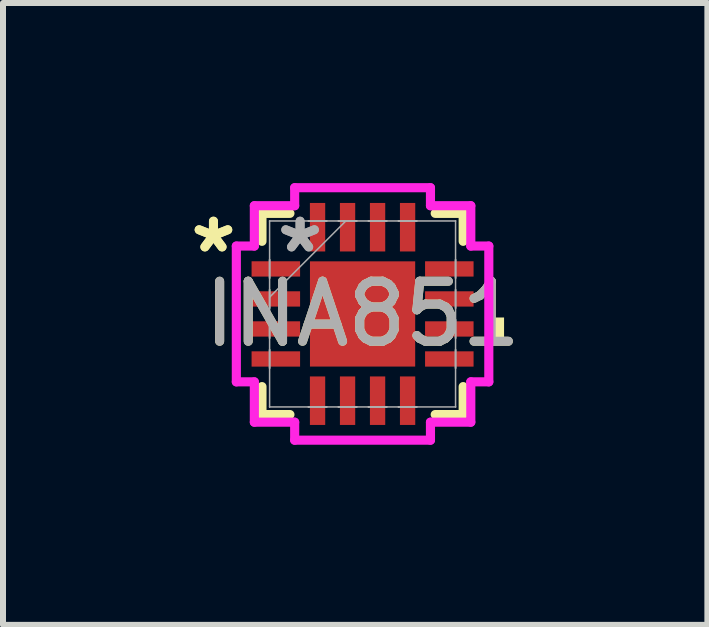
<source format=kicad_pcb>
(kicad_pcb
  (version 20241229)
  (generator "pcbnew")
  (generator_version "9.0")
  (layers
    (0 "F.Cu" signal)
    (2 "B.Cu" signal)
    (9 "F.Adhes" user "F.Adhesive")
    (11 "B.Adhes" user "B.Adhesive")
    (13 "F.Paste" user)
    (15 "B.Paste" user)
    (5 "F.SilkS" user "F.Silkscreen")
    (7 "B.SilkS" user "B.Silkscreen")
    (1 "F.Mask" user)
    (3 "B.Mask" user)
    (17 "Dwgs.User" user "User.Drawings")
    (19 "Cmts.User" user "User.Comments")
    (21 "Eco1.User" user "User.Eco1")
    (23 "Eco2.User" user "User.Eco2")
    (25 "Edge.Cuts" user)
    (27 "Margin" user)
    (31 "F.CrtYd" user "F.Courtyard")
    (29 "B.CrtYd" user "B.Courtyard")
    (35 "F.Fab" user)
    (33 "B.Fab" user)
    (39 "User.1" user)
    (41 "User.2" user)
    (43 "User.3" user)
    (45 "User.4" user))
  (footprint "INA851"
    (layer "F.Cu")
    (at 2.99 2.18)
    (property "Reference" "INA851" (at 0 0 0) (unlocked yes) (layer "F.SilkS") (effects (font (size 1 1) (thickness 0.15))))
    (attr smd)
    (fp_line (start -1.676 -1.676) (end -1.676 -1.21) (stroke (width 0.152) (type solid)) (layer "F.SilkS"))
    (fp_line (start -1.676 1.21) (end -1.676 1.676) (stroke (width 0.152) (type solid)) (layer "F.SilkS"))
    (fp_line (start -1.676 1.676) (end -1.21 1.676) (stroke (width 0.152) (type solid)) (layer "F.SilkS"))
    (fp_line (start -1.21 -1.676) (end -1.676 -1.676) (stroke (width 0.152) (type solid)) (layer "F.SilkS"))
    (fp_line (start 1.21 1.676) (end 1.676 1.676) (stroke (width 0.152) (type solid)) (layer "F.SilkS"))
    (fp_line (start 1.676 -1.676) (end 1.21 -1.676) (stroke (width 0.152) (type solid)) (layer "F.SilkS"))
    (fp_line (start 1.676 -1.21) (end 1.676 -1.676) (stroke (width 0.152) (type solid)) (layer "F.SilkS"))
    (fp_line (start 1.676 1.676) (end 1.676 1.21) (stroke (width 0.152) (type solid)) (layer "F.SilkS"))
    (fp_poly (pts (xy 2.357 0.059) (xy 2.357 0.441) (xy 2.103 0.441) (xy 2.103 0.059)) (stroke (width 0) (type solid)) (fill yes) (layer "F.SilkS"))
    (fp_line (start -2.103 -1.131) (end -1.803 -1.131) (stroke (width 0.152) (type solid)) (layer "F.CrtYd"))
    (fp_line (start -2.103 1.131) (end -2.103 -1.131) (stroke (width 0.152) (type solid)) (layer "F.CrtYd"))
    (fp_line (start -1.803 -1.803) (end -1.131 -1.803) (stroke (width 0.152) (type solid)) (layer "F.CrtYd"))
    (fp_line (start -1.803 -1.131) (end -1.803 -1.803) (stroke (width 0.152) (type solid)) (layer "F.CrtYd"))
    (fp_line (start -1.803 1.131) (end -2.103 1.131) (stroke (width 0.152) (type solid)) (layer "F.CrtYd"))
    (fp_line (start -1.803 1.803) (end -1.803 1.131) (stroke (width 0.152) (type solid)) (layer "F.CrtYd"))
    (fp_line (start -1.131 -2.103) (end 1.131 -2.103) (stroke (width 0.152) (type solid)) (layer "F.CrtYd"))
    (fp_line (start -1.131 -1.803) (end -1.131 -2.103) (stroke (width 0.152) (type solid)) (layer "F.CrtYd"))
    (fp_line (start -1.131 1.803) (end -1.803 1.803) (stroke (width 0.152) (type solid)) (layer "F.CrtYd"))
    (fp_line (start -1.131 2.103) (end -1.131 1.803) (stroke (width 0.152) (type solid)) (layer "F.CrtYd"))
    (fp_line (start 1.131 -2.103) (end 1.131 -1.803) (stroke (width 0.152) (type solid)) (layer "F.CrtYd"))
    (fp_line (start 1.131 -1.803) (end 1.803 -1.803) (stroke (width 0.152) (type solid)) (layer "F.CrtYd"))
    (fp_line (start 1.131 1.803) (end 1.131 2.103) (stroke (width 0.152) (type solid)) (layer "F.CrtYd"))
    (fp_line (start 1.131 2.103) (end -1.131 2.103) (stroke (width 0.152) (type solid)) (layer "F.CrtYd"))
    (fp_line (start 1.803 -1.803) (end 1.803 -1.131) (stroke (width 0.152) (type solid)) (layer "F.CrtYd"))
    (fp_line (start 1.803 -1.131) (end 2.103 -1.131) (stroke (width 0.152) (type solid)) (layer "F.CrtYd"))
    (fp_line (start 1.803 1.131) (end 1.803 1.803) (stroke (width 0.152) (type solid)) (layer "F.CrtYd"))
    (fp_line (start 1.803 1.803) (end 1.131 1.803) (stroke (width 0.152) (type solid)) (layer "F.CrtYd"))
    (fp_line (start 2.103 -1.131) (end 2.103 1.131) (stroke (width 0.152) (type solid)) (layer "F.CrtYd"))
    (fp_line (start 2.103 1.131) (end 1.803 1.131) (stroke (width 0.152) (type solid)) (layer "F.CrtYd"))
    (fp_line (start -1.549 -1.549) (end -1.549 -1.549) (stroke (width 0.025) (type solid)) (layer "F.Fab"))
    (fp_line (start -1.549 -1.549) (end -1.549 1.549) (stroke (width 0.025) (type solid)) (layer "F.Fab"))
    (fp_line (start -1.549 -0.902) (end -1.549 -0.902) (stroke (width 0.025) (type solid)) (layer "F.Fab"))
    (fp_line (start -1.549 -0.902) (end -1.549 -0.598) (stroke (width 0.025) (type solid)) (layer "F.Fab"))
    (fp_line (start -1.549 -0.598) (end -1.549 -0.902) (stroke (width 0.025) (type solid)) (layer "F.Fab"))
    (fp_line (start -1.549 -0.598) (end -1.549 -0.598) (stroke (width 0.025) (type solid)) (layer "F.Fab"))
    (fp_line (start -1.549 -0.402) (end -1.549 -0.402) (stroke (width 0.025) (type solid)) (layer "F.Fab"))
    (fp_line (start -1.549 -0.402) (end -1.549 -0.098) (stroke (width 0.025) (type solid)) (layer "F.Fab"))
    (fp_line (start -1.549 -0.279) (end -0.279 -1.549) (stroke (width 0.025) (type solid)) (layer "F.Fab"))
    (fp_line (start -1.549 -0.098) (end -1.549 -0.402) (stroke (width 0.025) (type solid)) (layer "F.Fab"))
    (fp_line (start -1.549 -0.098) (end -1.549 -0.098) (stroke (width 0.025) (type solid)) (layer "F.Fab"))
    (fp_line (start -1.549 0.098) (end -1.549 0.098) (stroke (width 0.025) (type solid)) (layer "F.Fab"))
    (fp_line (start -1.549 0.098) (end -1.549 0.402) (stroke (width 0.025) (type solid)) (layer "F.Fab"))
    (fp_line (start -1.549 0.402) (end -1.549 0.098) (stroke (width 0.025) (type solid)) (layer "F.Fab"))
    (fp_line (start -1.549 0.402) (end -1.549 0.402) (stroke (width 0.025) (type solid)) (layer "F.Fab"))
    (fp_line (start -1.549 0.598) (end -1.549 0.598) (stroke (width 0.025) (type solid)) (layer "F.Fab"))
    (fp_line (start -1.549 0.598) (end -1.549 0.902) (stroke (width 0.025) (type solid)) (layer "F.Fab"))
    (fp_line (start -1.549 0.902) (end -1.549 0.598) (stroke (width 0.025) (type solid)) (layer "F.Fab"))
    (fp_line (start -1.549 0.902) (end -1.549 0.902) (stroke (width 0.025) (type solid)) (layer "F.Fab"))
    (fp_line (start -1.549 1.549) (end -1.549 1.549) (stroke (width 0.025) (type solid)) (layer "F.Fab"))
    (fp_line (start -1.549 1.549) (end 1.549 1.549) (stroke (width 0.025) (type solid)) (layer "F.Fab"))
    (fp_line (start -0.902 -1.549) (end -0.902 -1.549) (stroke (width 0.025) (type solid)) (layer "F.Fab"))
    (fp_line (start -0.902 -1.549) (end -0.598 -1.549) (stroke (width 0.025) (type solid)) (layer "F.Fab"))
    (fp_line (start -0.902 1.549) (end -0.902 1.549) (stroke (width 0.025) (type solid)) (layer "F.Fab"))
    (fp_line (start -0.902 1.549) (end -0.598 1.549) (stroke (width 0.025) (type solid)) (layer "F.Fab"))
    (fp_line (start -0.598 -1.549) (end -0.902 -1.549) (stroke (width 0.025) (type solid)) (layer "F.Fab"))
    (fp_line (start -0.598 -1.549) (end -0.598 -1.549) (stroke (width 0.025) (type solid)) (layer "F.Fab"))
    (fp_line (start -0.598 1.549) (end -0.902 1.549) (stroke (width 0.025) (type solid)) (layer "F.Fab"))
    (fp_line (start -0.598 1.549) (end -0.598 1.549) (stroke (width 0.025) (type solid)) (layer "F.Fab"))
    (fp_line (start -0.402 -1.549) (end -0.402 -1.549) (stroke (width 0.025) (type solid)) (layer "F.Fab"))
    (fp_line (start -0.402 -1.549) (end -0.098 -1.549) (stroke (width 0.025) (type solid)) (layer "F.Fab"))
    (fp_line (start -0.402 1.549) (end -0.402 1.549) (stroke (width 0.025) (type solid)) (layer "F.Fab"))
    (fp_line (start -0.402 1.549) (end -0.098 1.549) (stroke (width 0.025) (type solid)) (layer "F.Fab"))
    (fp_line (start -0.098 -1.549) (end -0.402 -1.549) (stroke (width 0.025) (type solid)) (layer "F.Fab"))
    (fp_line (start -0.098 -1.549) (end -0.098 -1.549) (stroke (width 0.025) (type solid)) (layer "F.Fab"))
    (fp_line (start -0.098 1.549) (end -0.402 1.549) (stroke (width 0.025) (type solid)) (layer "F.Fab"))
    (fp_line (start -0.098 1.549) (end -0.098 1.549) (stroke (width 0.025) (type solid)) (layer "F.Fab"))
    (fp_line (start 0.098 -1.549) (end 0.098 -1.549) (stroke (width 0.025) (type solid)) (layer "F.Fab"))
    (fp_line (start 0.098 -1.549) (end 0.402 -1.549) (stroke (width 0.025) (type solid)) (layer "F.Fab"))
    (fp_line (start 0.098 1.549) (end 0.098 1.549) (stroke (width 0.025) (type solid)) (layer "F.Fab"))
    (fp_line (start 0.098 1.549) (end 0.402 1.549) (stroke (width 0.025) (type solid)) (layer "F.Fab"))
    (fp_line (start 0.402 -1.549) (end 0.098 -1.549) (stroke (width 0.025) (type solid)) (layer "F.Fab"))
    (fp_line (start 0.402 -1.549) (end 0.402 -1.549) (stroke (width 0.025) (type solid)) (layer "F.Fab"))
    (fp_line (start 0.402 1.549) (end 0.098 1.549) (stroke (width 0.025) (type solid)) (layer "F.Fab"))
    (fp_line (start 0.402 1.549) (end 0.402 1.549) (stroke (width 0.025) (type solid)) (layer "F.Fab"))
    (fp_line (start 0.598 -1.549) (end 0.598 -1.549) (stroke (width 0.025) (type solid)) (layer "F.Fab"))
    (fp_line (start 0.598 -1.549) (end 0.902 -1.549) (stroke (width 0.025) (type solid)) (layer "F.Fab"))
    (fp_line (start 0.598 1.549) (end 0.598 1.549) (stroke (width 0.025) (type solid)) (layer "F.Fab"))
    (fp_line (start 0.598 1.549) (end 0.902 1.549) (stroke (width 0.025) (type solid)) (layer "F.Fab"))
    (fp_line (start 0.902 -1.549) (end 0.598 -1.549) (stroke (width 0.025) (type solid)) (layer "F.Fab"))
    (fp_line (start 0.902 -1.549) (end 0.902 -1.549) (stroke (width 0.025) (type solid)) (layer "F.Fab"))
    (fp_line (start 0.902 1.549) (end 0.598 1.549) (stroke (width 0.025) (type solid)) (layer "F.Fab"))
    (fp_line (start 0.902 1.549) (end 0.902 1.549) (stroke (width 0.025) (type solid)) (layer "F.Fab"))
    (fp_line (start 1.549 -1.549) (end -1.549 -1.549) (stroke (width 0.025) (type solid)) (layer "F.Fab"))
    (fp_line (start 1.549 -1.549) (end 1.549 -1.549) (stroke (width 0.025) (type solid)) (layer "F.Fab"))
    (fp_line (start 1.549 -0.902) (end 1.549 -0.902) (stroke (width 0.025) (type solid)) (layer "F.Fab"))
    (fp_line (start 1.549 -0.902) (end 1.549 -0.598) (stroke (width 0.025) (type solid)) (layer "F.Fab"))
    (fp_line (start 1.549 -0.598) (end 1.549 -0.902) (stroke (width 0.025) (type solid)) (layer "F.Fab"))
    (fp_line (start 1.549 -0.598) (end 1.549 -0.598) (stroke (width 0.025) (type solid)) (layer "F.Fab"))
    (fp_line (start 1.549 -0.402) (end 1.549 -0.402) (stroke (width 0.025) (type solid)) (layer "F.Fab"))
    (fp_line (start 1.549 -0.402) (end 1.549 -0.098) (stroke (width 0.025) (type solid)) (layer "F.Fab"))
    (fp_line (start 1.549 -0.098) (end 1.549 -0.402) (stroke (width 0.025) (type solid)) (layer "F.Fab"))
    (fp_line (start 1.549 -0.098) (end 1.549 -0.098) (stroke (width 0.025) (type solid)) (layer "F.Fab"))
    (fp_line (start 1.549 0.098) (end 1.549 0.098) (stroke (width 0.025) (type solid)) (layer "F.Fab"))
    (fp_line (start 1.549 0.098) (end 1.549 0.402) (stroke (width 0.025) (type solid)) (layer "F.Fab"))
    (fp_line (start 1.549 0.402) (end 1.549 0.098) (stroke (width 0.025) (type solid)) (layer "F.Fab"))
    (fp_line (start 1.549 0.402) (end 1.549 0.402) (stroke (width 0.025) (type solid)) (layer "F.Fab"))
    (fp_line (start 1.549 0.598) (end 1.549 0.598) (stroke (width 0.025) (type solid)) (layer "F.Fab"))
    (fp_line (start 1.549 0.598) (end 1.549 0.902) (stroke (width 0.025) (type solid)) (layer "F.Fab"))
    (fp_line (start 1.549 0.902) (end 1.549 0.598) (stroke (width 0.025) (type solid)) (layer "F.Fab"))
    (fp_line (start 1.549 0.902) (end 1.549 0.902) (stroke (width 0.025) (type solid)) (layer "F.Fab"))
    (fp_line (start 1.549 1.549) (end 1.549 -1.549) (stroke (width 0.025) (type solid)) (layer "F.Fab"))
    (fp_line (start 1.549 1.549) (end 1.549 1.549) (stroke (width 0.025) (type solid)) (layer "F.Fab"))
    (fp_text user "*" (at -2.484 -1 0) (unlocked yes) (layer "F.SilkS") (effects (font (size 1 1) (thickness 0.15))))
    (fp_text user "*" (at -2.484 -1 0) (layer "F.SilkS") (effects (font (size 1 1) (thickness 0.15))))
    (fp_text user "${REFERENCE}" (at 0 0 0) (unlocked yes) (layer "F.Fab") (effects (font (size 1 1) (thickness 0.15))))
    (fp_text user "*" (at -1.041 -1 0) (layer "F.Fab") (effects (font (size 1 1) (thickness 0.15))))
    (fp_text user "*" (at -1.041 -1 0) (unlocked yes) (layer "F.Fab") (effects (font (size 1 1) (thickness 0.15))))
    (pad "1" smd rect (at -1.445 -0.75 90) (size 0.255 0.808) (layers "F.Cu" "F.Mask" "F.Paste"))
    (pad "2" smd rect (at -1.445 -0.25 90) (size 0.255 0.808) (layers "F.Cu" "F.Mask" "F.Paste"))
    (pad "3" smd rect (at -1.445 0.25 90) (size 0.255 0.808) (layers "F.Cu" "F.Mask" "F.Paste"))
    (pad "4" smd rect (at -1.445 0.75 90) (size 0.255 0.808) (layers "F.Cu" "F.Mask" "F.Paste"))
    (pad "5" smd rect (at -0.75 1.445) (size 0.255 0.808) (layers "F.Cu" "F.Mask" "F.Paste"))
    (pad "6" smd rect (at -0.25 1.445) (size 0.255 0.808) (layers "F.Cu" "F.Mask" "F.Paste"))
    (pad "7" smd rect (at 0.25 1.445) (size 0.255 0.808) (layers "F.Cu" "F.Mask" "F.Paste"))
    (pad "8" smd rect (at 0.75 1.445) (size 0.255 0.808) (layers "F.Cu" "F.Mask" "F.Paste"))
    (pad "9" smd rect (at 1.445 0.75 90) (size 0.255 0.808) (layers "F.Cu" "F.Mask" "F.Paste"))
    (pad "10" smd rect (at 1.445 0.25 90) (size 0.255 0.808) (layers "F.Cu" "F.Mask" "F.Paste"))
    (pad "11" smd rect (at 1.445 -0.25 90) (size 0.255 0.808) (layers "F.Cu" "F.Mask" "F.Paste"))
    (pad "12" smd rect (at 1.445 -0.75 90) (size 0.255 0.808) (layers "F.Cu" "F.Mask" "F.Paste"))
    (pad "13" smd rect (at 0.75 -1.445) (size 0.255 0.808) (layers "F.Cu" "F.Mask" "F.Paste"))
    (pad "14" smd rect (at 0.25 -1.445) (size 0.255 0.808) (layers "F.Cu" "F.Mask" "F.Paste"))
    (pad "15" smd rect (at -0.25 -1.445) (size 0.255 0.808) (layers "F.Cu" "F.Mask" "F.Paste"))
    (pad "16" smd rect (at -0.75 -1.445) (size 0.255 0.808) (layers "F.Cu" "F.Mask" "F.Paste"))
    (pad "17" smd rect (at 0 0) (size 1.753 1.753) (layers "F.Cu" "F.Mask" "F.Paste")))
  (gr_rect
    (start -3 -3)
    (end 8.734 7.359)
    (stroke (width 0.1) (type default))
    (fill no)
    (layer "Edge.Cuts")))
</source>
